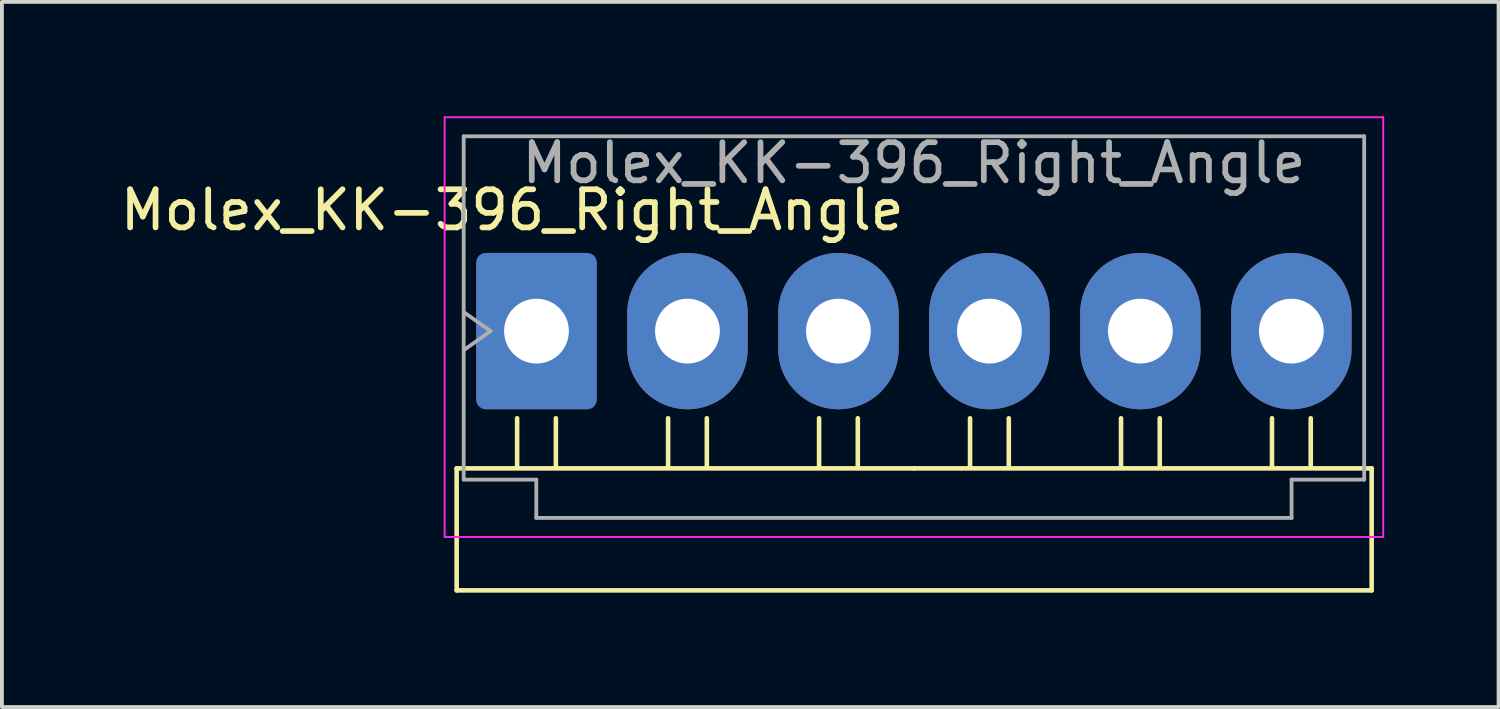
<source format=kicad_pcb>
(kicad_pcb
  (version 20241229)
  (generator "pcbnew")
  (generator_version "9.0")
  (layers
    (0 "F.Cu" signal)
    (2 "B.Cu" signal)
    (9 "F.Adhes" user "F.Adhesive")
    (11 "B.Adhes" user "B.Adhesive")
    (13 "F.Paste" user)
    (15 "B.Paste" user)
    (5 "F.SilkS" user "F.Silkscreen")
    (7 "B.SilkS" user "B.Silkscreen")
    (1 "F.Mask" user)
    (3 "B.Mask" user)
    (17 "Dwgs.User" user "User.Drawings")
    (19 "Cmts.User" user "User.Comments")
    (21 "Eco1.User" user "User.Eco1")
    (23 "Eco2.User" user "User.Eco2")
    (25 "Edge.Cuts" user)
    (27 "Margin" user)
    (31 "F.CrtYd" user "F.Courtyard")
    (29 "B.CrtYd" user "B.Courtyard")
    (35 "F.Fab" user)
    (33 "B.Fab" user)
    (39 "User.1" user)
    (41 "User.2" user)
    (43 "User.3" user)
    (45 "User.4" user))
  (footprint "Molex_KK-396_Right_Angle"
    (layer "F.Cu")
    (at 11.022 5.635)
    (property "Reference" "Molex_KK-396_Right_Angle" (at -0.635 -3.175 0) (layer "F.SilkS") (effects (font (size 1 1) (thickness 0.15))))
    (attr through_hole)
    (fp_line (start -2.094 3.6) (end -2.094 6.8) (stroke (width 0.12) (type solid)) (layer "F.SilkS"))
    (fp_line (start -2.094 6.8) (end 21.906 6.8) (stroke (width 0.12) (type solid)) (layer "F.SilkS"))
    (fp_line (start -0.508 2.286) (end -0.508 3.556) (stroke (width 0.12) (type solid)) (layer "F.SilkS"))
    (fp_line (start 0.508 2.286) (end 0.508 3.556) (stroke (width 0.12) (type solid)) (layer "F.SilkS"))
    (fp_line (start 3.452 2.286) (end 3.452 3.556) (stroke (width 0.12) (type solid)) (layer "F.SilkS"))
    (fp_line (start 4.468 2.286) (end 4.468 3.556) (stroke (width 0.12) (type solid)) (layer "F.SilkS"))
    (fp_line (start 7.412 2.286) (end 7.412 3.556) (stroke (width 0.12) (type solid)) (layer "F.SilkS"))
    (fp_line (start 8.428 2.286) (end 8.428 3.556) (stroke (width 0.12) (type solid)) (layer "F.SilkS"))
    (fp_line (start 9.906 3.6) (end -2.094 3.6) (stroke (width 0.12) (type solid)) (layer "F.SilkS"))
    (fp_line (start 11.372 2.286) (end 11.372 3.556) (stroke (width 0.12) (type solid)) (layer "F.SilkS"))
    (fp_line (start 12.388 2.286) (end 12.388 3.556) (stroke (width 0.12) (type solid)) (layer "F.SilkS"))
    (fp_line (start 15.332 2.286) (end 15.332 3.556) (stroke (width 0.12) (type solid)) (layer "F.SilkS"))
    (fp_line (start 16.348 2.286) (end 16.348 3.556) (stroke (width 0.12) (type solid)) (layer "F.SilkS"))
    (fp_line (start 19.292 2.286) (end 19.292 3.556) (stroke (width 0.12) (type solid)) (layer "F.SilkS"))
    (fp_line (start 20.308 2.286) (end 20.308 3.556) (stroke (width 0.12) (type solid)) (layer "F.SilkS"))
    (fp_line (start 21.906 3.6) (end 9.906 3.6) (stroke (width 0.12) (type solid)) (layer "F.SilkS"))
    (fp_line (start 21.906 6.8) (end 21.906 3.6) (stroke (width 0.12) (type solid)) (layer "F.SilkS"))
    (fp_line (start -2.41 -5.61) (end -2.41 5.4) (stroke (width 0.05) (type solid)) (layer "F.CrtYd"))
    (fp_line (start -2.41 5.4) (end 22.21 5.4) (stroke (width 0.05) (type solid)) (layer "F.CrtYd"))
    (fp_line (start 22.21 -5.61) (end -2.41 -5.61) (stroke (width 0.05) (type solid)) (layer "F.CrtYd"))
    (fp_line (start 22.21 5.4) (end 22.21 -5.61) (stroke (width 0.05) (type solid)) (layer "F.CrtYd"))
    (fp_line (start -1.91 -5.11) (end 21.71 -5.11) (stroke (width 0.1) (type solid)) (layer "F.Fab"))
    (fp_line (start -1.91 -0.5) (end -1.203 0) (stroke (width 0.1) (type solid)) (layer "F.Fab"))
    (fp_line (start -1.91 3.895) (end -1.91 -5.11) (stroke (width 0.1) (type solid)) (layer "F.Fab"))
    (fp_line (start -1.203 0) (end -1.91 0.5) (stroke (width 0.1) (type solid)) (layer "F.Fab"))
    (fp_line (start -0.005 3.895) (end -1.91 3.895) (stroke (width 0.1) (type solid)) (layer "F.Fab"))
    (fp_line (start -0.005 4.9) (end -0.005 3.895) (stroke (width 0.1) (type solid)) (layer "F.Fab"))
    (fp_line (start 19.805 3.895) (end 19.805 4.9) (stroke (width 0.1) (type solid)) (layer "F.Fab"))
    (fp_line (start 19.805 4.9) (end -0.005 4.9) (stroke (width 0.1) (type solid)) (layer "F.Fab"))
    (fp_line (start 21.71 -5.11) (end 21.71 3.895) (stroke (width 0.1) (type solid)) (layer "F.Fab"))
    (fp_line (start 21.71 3.895) (end 19.805 3.895) (stroke (width 0.1) (type solid)) (layer "F.Fab"))
    (fp_text user "${REFERENCE}" (at 9.9 -4.41 0) (layer "F.Fab") (effects (font (size 1 1) (thickness 0.15))))
    (pad "1" thru_hole roundrect (at 0 0) (size 3.16 4.1) (drill 1.7) (layers "*.Cu" "*.Mask") (roundrect_rratio 0.079))
    (pad "2" thru_hole oval (at 3.96 0) (size 3.16 4.1) (drill 1.7) (layers "*.Cu" "*.Mask"))
    (pad "3" thru_hole oval (at 7.92 0) (size 3.16 4.1) (drill 1.7) (layers "*.Cu" "*.Mask"))
    (pad "4" thru_hole oval (at 11.88 0) (size 3.16 4.1) (drill 1.7) (layers "*.Cu" "*.Mask"))
    (pad "5" thru_hole oval (at 15.84 0) (size 3.16 4.1) (drill 1.7) (layers "*.Cu" "*.Mask"))
    (pad "6" thru_hole oval (at 19.8 0) (size 3.16 4.1) (drill 1.7) (layers "*.Cu" "*.Mask")))
  (gr_rect
    (start -3 -3)
    (end 36.257 15.495)
    (stroke (width 0.1) (type default))
    (fill no)
    (layer "Edge.Cuts")))
</source>
